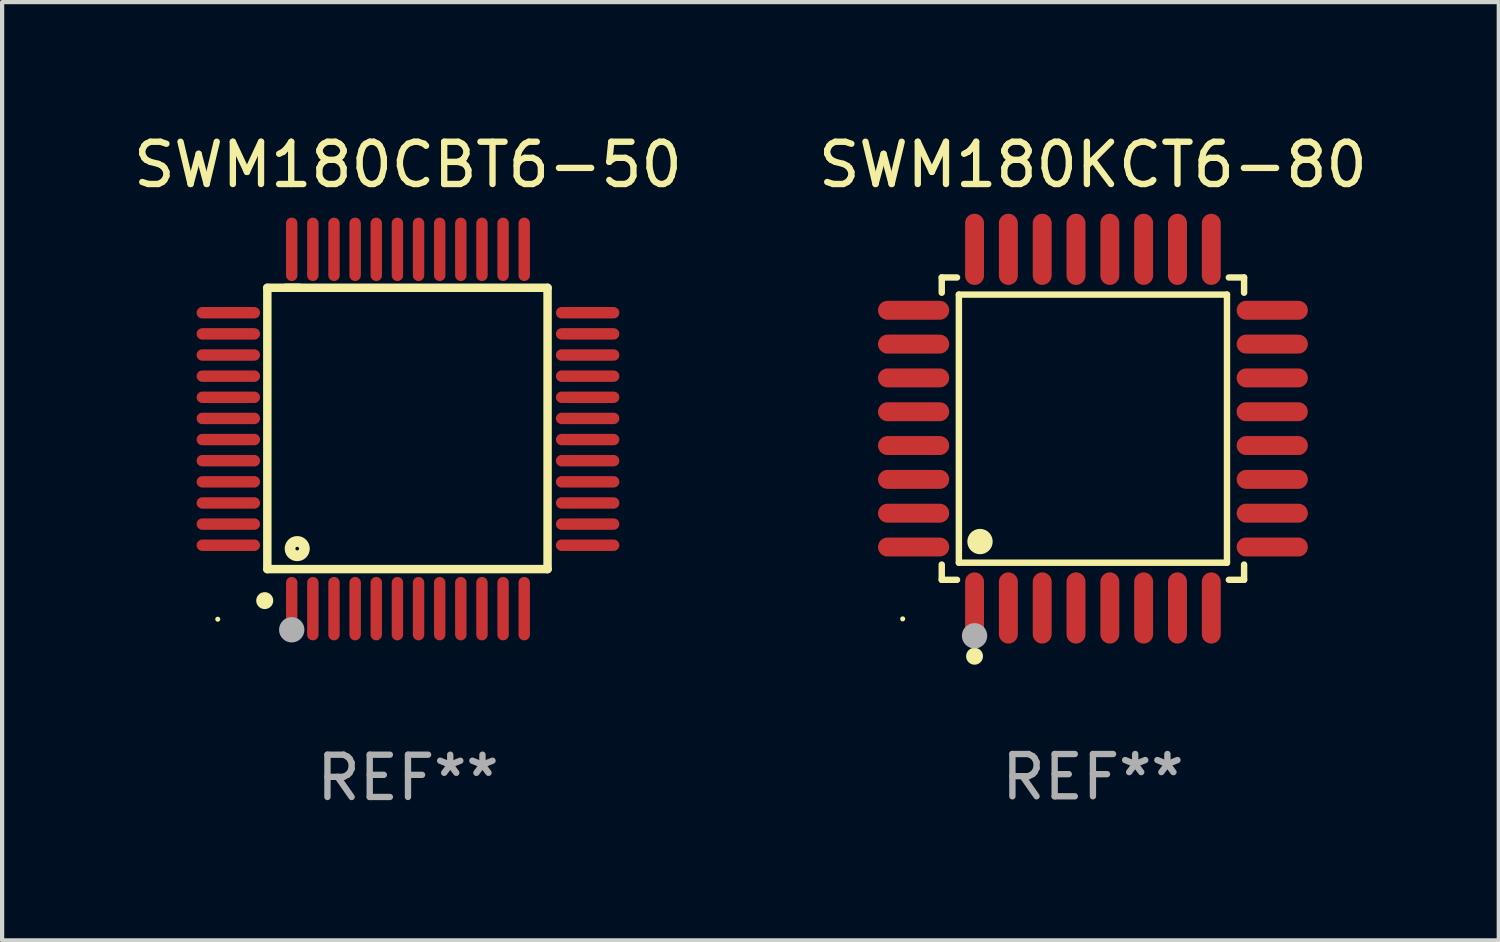
<source format=kicad_pcb>
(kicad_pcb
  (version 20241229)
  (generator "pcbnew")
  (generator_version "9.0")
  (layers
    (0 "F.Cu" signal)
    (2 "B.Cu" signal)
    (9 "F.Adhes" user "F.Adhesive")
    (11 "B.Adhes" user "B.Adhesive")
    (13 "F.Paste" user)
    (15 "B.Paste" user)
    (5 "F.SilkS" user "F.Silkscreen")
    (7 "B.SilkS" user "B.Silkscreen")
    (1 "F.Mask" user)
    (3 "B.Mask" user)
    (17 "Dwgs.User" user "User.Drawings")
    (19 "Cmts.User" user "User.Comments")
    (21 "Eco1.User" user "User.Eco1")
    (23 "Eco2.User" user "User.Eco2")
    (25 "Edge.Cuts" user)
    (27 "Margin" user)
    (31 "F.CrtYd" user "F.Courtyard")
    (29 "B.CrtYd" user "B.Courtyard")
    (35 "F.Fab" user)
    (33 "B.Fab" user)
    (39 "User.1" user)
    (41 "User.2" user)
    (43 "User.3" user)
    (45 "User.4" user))
  (footprint "SWM180CBT6-50"
    (layer "F.Cu")
    (at 6.601 7.098)
    (property "Reference" "SWM180CBT6-50" (at 0 -6.25 0) (layer "F.SilkS") (effects (font (size 1 1) (thickness 0.15))))
    (attr through_hole)
    (fp_line (start -3.327 -3.34) (end -2.565 -3.34) (stroke (width 0.2) (type solid)) (layer "F.SilkS"))
    (fp_line (start -3.327 3.315) (end -3.327 -3.34) (stroke (width 0.2) (type solid)) (layer "F.SilkS"))
    (fp_line (start -2.896 -3.34) (end 3.302 -3.34) (stroke (width 0.2) (type solid)) (layer "F.SilkS"))
    (fp_line (start 3.302 -3.34) (end 3.302 3.315) (stroke (width 0.2) (type solid)) (layer "F.SilkS"))
    (fp_line (start 3.302 3.315) (end -3.327 3.315) (stroke (width 0.2) (type solid)) (layer "F.SilkS"))
    (fp_arc (start -3.389992 4.059995) (mid -3.388722 4.059991) (end -3.387452 4.059995) (stroke (width 0.4) (type solid)) (layer "F.SilkS"))
    (fp_circle (center -4.5 4.5) (end -4.47 4.5) (stroke (width 0.06) (type solid)) (fill no) (layer "F.SilkS"))
    (fp_circle (center -2.62 2.83) (end -2.45 2.83) (stroke (width 0.254) (type solid)) (fill no) (layer "F.SilkS"))
    (fp_circle (center -2.75 4.75) (end -2.6 4.75) (stroke (width 0.3) (type solid)) (fill no) (layer "F.Fab"))
    (fp_text user "REF**" (at 0 8.25 0) (layer "F.Fab") (effects (font (size 1 1) (thickness 0.15))))
    (pad "1" smd oval (at -2.75 4.25) (size 0.27 1.5) (layers "F.Cu" "F.Mask" "F.Paste"))
    (pad "2" smd oval (at -2.25 4.25) (size 0.27 1.5) (layers "F.Cu" "F.Mask" "F.Paste"))
    (pad "3" smd oval (at -1.75 4.25) (size 0.27 1.5) (layers "F.Cu" "F.Mask" "F.Paste"))
    (pad "4" smd oval (at -1.25 4.25) (size 0.27 1.5) (layers "F.Cu" "F.Mask" "F.Paste"))
    (pad "5" smd oval (at -0.75 4.25) (size 0.27 1.5) (layers "F.Cu" "F.Mask" "F.Paste"))
    (pad "6" smd oval (at -0.25 4.25) (size 0.27 1.5) (layers "F.Cu" "F.Mask" "F.Paste"))
    (pad "7" smd oval (at 0.25 4.25) (size 0.27 1.5) (layers "F.Cu" "F.Mask" "F.Paste"))
    (pad "8" smd oval (at 0.75 4.25) (size 0.27 1.5) (layers "F.Cu" "F.Mask" "F.Paste"))
    (pad "9" smd oval (at 1.25 4.25) (size 0.27 1.5) (layers "F.Cu" "F.Mask" "F.Paste"))
    (pad "10" smd oval (at 1.75 4.25) (size 0.27 1.5) (layers "F.Cu" "F.Mask" "F.Paste"))
    (pad "11" smd oval (at 2.25 4.25) (size 0.27 1.5) (layers "F.Cu" "F.Mask" "F.Paste"))
    (pad "12" smd oval (at 2.75 4.25) (size 0.27 1.5) (layers "F.Cu" "F.Mask" "F.Paste"))
    (pad "13" smd oval (at 4.25 2.75) (size 1.5 0.27) (layers "F.Cu" "F.Mask" "F.Paste"))
    (pad "14" smd oval (at 4.25 2.25) (size 1.5 0.27) (layers "F.Cu" "F.Mask" "F.Paste"))
    (pad "15" smd oval (at 4.25 1.75) (size 1.5 0.27) (layers "F.Cu" "F.Mask" "F.Paste"))
    (pad "16" smd oval (at 4.25 1.25) (size 1.5 0.27) (layers "F.Cu" "F.Mask" "F.Paste"))
    (pad "17" smd oval (at 4.25 0.75) (size 1.5 0.27) (layers "F.Cu" "F.Mask" "F.Paste"))
    (pad "18" smd oval (at 4.25 0.25) (size 1.5 0.27) (layers "F.Cu" "F.Mask" "F.Paste"))
    (pad "19" smd oval (at 4.25 -0.25) (size 1.5 0.27) (layers "F.Cu" "F.Mask" "F.Paste"))
    (pad "20" smd oval (at 4.25 -0.75) (size 1.5 0.27) (layers "F.Cu" "F.Mask" "F.Paste"))
    (pad "21" smd oval (at 4.25 -1.25) (size 1.5 0.27) (layers "F.Cu" "F.Mask" "F.Paste"))
    (pad "22" smd oval (at 4.25 -1.75) (size 1.5 0.27) (layers "F.Cu" "F.Mask" "F.Paste"))
    (pad "23" smd oval (at 4.25 -2.25) (size 1.5 0.27) (layers "F.Cu" "F.Mask" "F.Paste"))
    (pad "24" smd oval (at 4.25 -2.75) (size 1.5 0.27) (layers "F.Cu" "F.Mask" "F.Paste"))
    (pad "25" smd oval (at 2.75 -4.25) (size 0.27 1.5) (layers "F.Cu" "F.Mask" "F.Paste"))
    (pad "26" smd oval (at 2.25 -4.25) (size 0.27 1.5) (layers "F.Cu" "F.Mask" "F.Paste"))
    (pad "27" smd oval (at 1.75 -4.25) (size 0.27 1.5) (layers "F.Cu" "F.Mask" "F.Paste"))
    (pad "28" smd oval (at 1.25 -4.25) (size 0.27 1.5) (layers "F.Cu" "F.Mask" "F.Paste"))
    (pad "29" smd oval (at 0.75 -4.25) (size 0.27 1.5) (layers "F.Cu" "F.Mask" "F.Paste"))
    (pad "30" smd oval (at 0.25 -4.25) (size 0.27 1.5) (layers "F.Cu" "F.Mask" "F.Paste"))
    (pad "31" smd oval (at -0.25 -4.25) (size 0.27 1.5) (layers "F.Cu" "F.Mask" "F.Paste"))
    (pad "32" smd oval (at -0.75 -4.25) (size 0.27 1.5) (layers "F.Cu" "F.Mask" "F.Paste"))
    (pad "33" smd oval (at -1.25 -4.25) (size 0.27 1.5) (layers "F.Cu" "F.Mask" "F.Paste"))
    (pad "34" smd oval (at -1.75 -4.25) (size 0.27 1.5) (layers "F.Cu" "F.Mask" "F.Paste"))
    (pad "35" smd oval (at -2.25 -4.25) (size 0.27 1.5) (layers "F.Cu" "F.Mask" "F.Paste"))
    (pad "36" smd oval (at -2.75 -4.25) (size 0.27 1.5) (layers "F.Cu" "F.Mask" "F.Paste"))
    (pad "37" smd oval (at -4.25 -2.75) (size 1.5 0.27) (layers "F.Cu" "F.Mask" "F.Paste"))
    (pad "38" smd oval (at -4.25 -2.25) (size 1.5 0.27) (layers "F.Cu" "F.Mask" "F.Paste"))
    (pad "39" smd oval (at -4.25 -1.75) (size 1.5 0.27) (layers "F.Cu" "F.Mask" "F.Paste"))
    (pad "40" smd oval (at -4.25 -1.25) (size 1.5 0.27) (layers "F.Cu" "F.Mask" "F.Paste"))
    (pad "41" smd oval (at -4.25 -0.75) (size 1.5 0.27) (layers "F.Cu" "F.Mask" "F.Paste"))
    (pad "42" smd oval (at -4.25 -0.25) (size 1.5 0.27) (layers "F.Cu" "F.Mask" "F.Paste"))
    (pad "43" smd oval (at -4.25 0.25) (size 1.5 0.27) (layers "F.Cu" "F.Mask" "F.Paste"))
    (pad "44" smd oval (at -4.25 0.75) (size 1.5 0.27) (layers "F.Cu" "F.Mask" "F.Paste"))
    (pad "45" smd oval (at -4.25 1.25) (size 1.5 0.27) (layers "F.Cu" "F.Mask" "F.Paste"))
    (pad "46" smd oval (at -4.25 1.75) (size 1.5 0.27) (layers "F.Cu" "F.Mask" "F.Paste"))
    (pad "47" smd oval (at -4.25 2.25) (size 1.5 0.27) (layers "F.Cu" "F.Mask" "F.Paste"))
    (pad "48" smd oval (at -4.25 2.75) (size 1.5 0.27) (layers "F.Cu" "F.Mask" "F.Paste")))
  (footprint "SWM180KCT6-80"
    (layer "F.Cu")
    (at 22.804 7.09)
    (property "Reference" "SWM180KCT6-80" (at 0 -6.242 0) (layer "F.SilkS") (effects (font (size 1 1) (thickness 0.15))))
    (attr through_hole)
    (fp_line (start -3.576 -3.576) (end -3.215 -3.576) (stroke (width 0.152) (type solid)) (layer "F.SilkS"))
    (fp_line (start -3.576 -3.215) (end -3.576 -3.576) (stroke (width 0.152) (type solid)) (layer "F.SilkS"))
    (fp_line (start -3.576 3.215) (end -3.576 3.576) (stroke (width 0.152) (type solid)) (layer "F.SilkS"))
    (fp_line (start -3.576 3.576) (end -3.215 3.576) (stroke (width 0.152) (type solid)) (layer "F.SilkS"))
    (fp_line (start -3.171 -3.171) (end 3.171 -3.171) (stroke (width 0.152) (type solid)) (layer "F.SilkS"))
    (fp_line (start -3.171 3.171) (end -3.171 -3.171) (stroke (width 0.152) (type solid)) (layer "F.SilkS"))
    (fp_line (start 3.171 -3.171) (end 3.171 3.171) (stroke (width 0.152) (type solid)) (layer "F.SilkS"))
    (fp_line (start 3.171 3.171) (end -3.171 3.171) (stroke (width 0.152) (type solid)) (layer "F.SilkS"))
    (fp_line (start 3.576 -3.576) (end 3.215 -3.576) (stroke (width 0.152) (type solid)) (layer "F.SilkS"))
    (fp_line (start 3.576 -3.215) (end 3.576 -3.576) (stroke (width 0.152) (type solid)) (layer "F.SilkS"))
    (fp_line (start 3.576 3.215) (end 3.576 3.576) (stroke (width 0.152) (type solid)) (layer "F.SilkS"))
    (fp_line (start 3.576 3.576) (end 3.215 3.576) (stroke (width 0.152) (type solid)) (layer "F.SilkS"))
    (fp_circle (center -4.5 4.5) (end -4.47 4.5) (stroke (width 0.06) (type solid)) (fill no) (layer "F.SilkS"))
    (fp_circle (center -2.8 5.384) (end -2.7 5.384) (stroke (width 0.2) (type solid)) (fill no) (layer "F.SilkS"))
    (fp_circle (center -2.671 2.671) (end -2.521 2.671) (stroke (width 0.3) (type solid)) (fill no) (layer "F.SilkS"))
    (fp_circle (center -2.8 4.9) (end -2.65 4.9) (stroke (width 0.3) (type solid)) (fill no) (layer "F.Fab"))
    (fp_text user "REF**" (at 0 8.242 0) (layer "F.Fab") (effects (font (size 1 1) (thickness 0.15))))
    (pad "1" smd oval (at -2.8 4.242) (size 0.448 1.684) (layers "F.Cu" "F.Mask" "F.Paste"))
    (pad "2" smd oval (at -2 4.242) (size 0.448 1.684) (layers "F.Cu" "F.Mask" "F.Paste"))
    (pad "3" smd oval (at -1.2 4.242) (size 0.448 1.684) (layers "F.Cu" "F.Mask" "F.Paste"))
    (pad "4" smd oval (at -0.4 4.242) (size 0.448 1.684) (layers "F.Cu" "F.Mask" "F.Paste"))
    (pad "5" smd oval (at 0.4 4.242) (size 0.448 1.684) (layers "F.Cu" "F.Mask" "F.Paste"))
    (pad "6" smd oval (at 1.2 4.242) (size 0.448 1.684) (layers "F.Cu" "F.Mask" "F.Paste"))
    (pad "7" smd oval (at 2 4.242) (size 0.448 1.684) (layers "F.Cu" "F.Mask" "F.Paste"))
    (pad "8" smd oval (at 2.8 4.242) (size 0.448 1.684) (layers "F.Cu" "F.Mask" "F.Paste"))
    (pad "9" smd oval (at 4.242 2.8) (size 1.684 0.448) (layers "F.Cu" "F.Mask" "F.Paste"))
    (pad "10" smd oval (at 4.242 2) (size 1.684 0.448) (layers "F.Cu" "F.Mask" "F.Paste"))
    (pad "11" smd oval (at 4.242 1.2) (size 1.684 0.448) (layers "F.Cu" "F.Mask" "F.Paste"))
    (pad "12" smd oval (at 4.242 0.4) (size 1.684 0.448) (layers "F.Cu" "F.Mask" "F.Paste"))
    (pad "13" smd oval (at 4.242 -0.4) (size 1.684 0.448) (layers "F.Cu" "F.Mask" "F.Paste"))
    (pad "14" smd oval (at 4.242 -1.2) (size 1.684 0.448) (layers "F.Cu" "F.Mask" "F.Paste"))
    (pad "15" smd oval (at 4.242 -2) (size 1.684 0.448) (layers "F.Cu" "F.Mask" "F.Paste"))
    (pad "16" smd oval (at 4.242 -2.8) (size 1.684 0.448) (layers "F.Cu" "F.Mask" "F.Paste"))
    (pad "17" smd oval (at 2.8 -4.242) (size 0.448 1.684) (layers "F.Cu" "F.Mask" "F.Paste"))
    (pad "18" smd oval (at 2 -4.242) (size 0.448 1.684) (layers "F.Cu" "F.Mask" "F.Paste"))
    (pad "19" smd oval (at 1.2 -4.242) (size 0.448 1.684) (layers "F.Cu" "F.Mask" "F.Paste"))
    (pad "20" smd oval (at 0.4 -4.242) (size 0.448 1.684) (layers "F.Cu" "F.Mask" "F.Paste"))
    (pad "21" smd oval (at -0.4 -4.242) (size 0.448 1.684) (layers "F.Cu" "F.Mask" "F.Paste"))
    (pad "22" smd oval (at -1.2 -4.242) (size 0.448 1.684) (layers "F.Cu" "F.Mask" "F.Paste"))
    (pad "23" smd oval (at -2 -4.242) (size 0.448 1.684) (layers "F.Cu" "F.Mask" "F.Paste"))
    (pad "24" smd oval (at -2.8 -4.242) (size 0.448 1.684) (layers "F.Cu" "F.Mask" "F.Paste"))
    (pad "25" smd oval (at -4.242 -2.8) (size 1.684 0.448) (layers "F.Cu" "F.Mask" "F.Paste"))
    (pad "26" smd oval (at -4.242 -2) (size 1.684 0.448) (layers "F.Cu" "F.Mask" "F.Paste"))
    (pad "27" smd oval (at -4.242 -1.2) (size 1.684 0.448) (layers "F.Cu" "F.Mask" "F.Paste"))
    (pad "28" smd oval (at -4.242 -0.4) (size 1.684 0.448) (layers "F.Cu" "F.Mask" "F.Paste"))
    (pad "29" smd oval (at -4.242 0.4) (size 1.684 0.448) (layers "F.Cu" "F.Mask" "F.Paste"))
    (pad "30" smd oval (at -4.242 1.2) (size 1.684 0.448) (layers "F.Cu" "F.Mask" "F.Paste"))
    (pad "31" smd oval (at -4.242 2) (size 1.684 0.448) (layers "F.Cu" "F.Mask" "F.Paste"))
    (pad "32" smd oval (at -4.242 2.8) (size 1.684 0.448) (layers "F.Cu" "F.Mask" "F.Paste")))
  (gr_rect
    (start -3 -3)
    (end 32.405 19.196)
    (stroke (width 0.1) (type default))
    (fill no)
    (layer "Edge.Cuts")))
</source>
